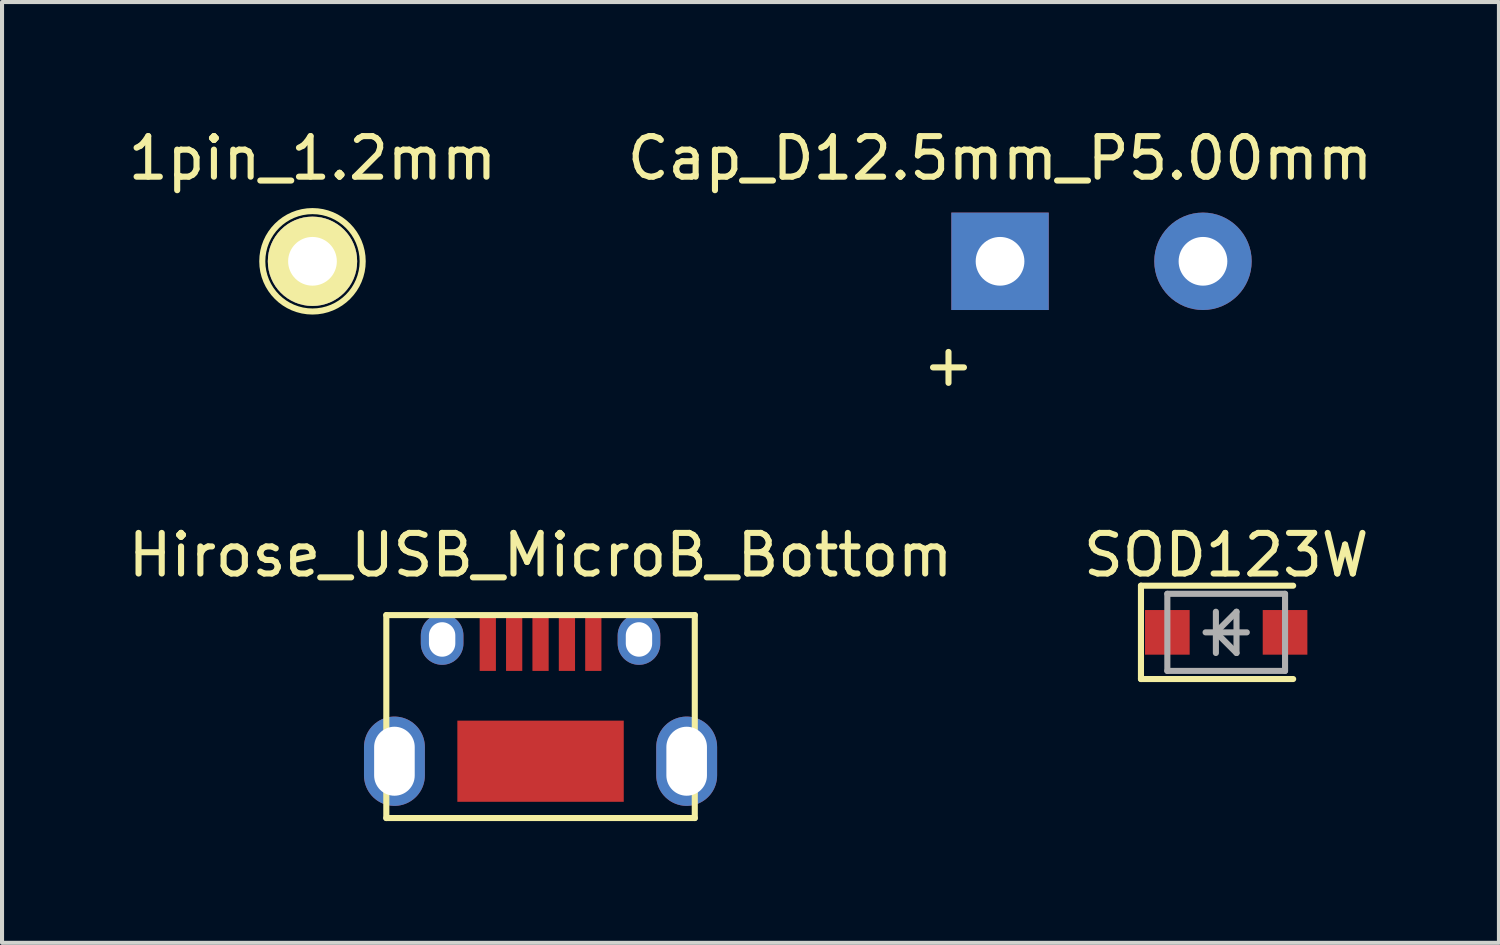
<source format=kicad_pcb>
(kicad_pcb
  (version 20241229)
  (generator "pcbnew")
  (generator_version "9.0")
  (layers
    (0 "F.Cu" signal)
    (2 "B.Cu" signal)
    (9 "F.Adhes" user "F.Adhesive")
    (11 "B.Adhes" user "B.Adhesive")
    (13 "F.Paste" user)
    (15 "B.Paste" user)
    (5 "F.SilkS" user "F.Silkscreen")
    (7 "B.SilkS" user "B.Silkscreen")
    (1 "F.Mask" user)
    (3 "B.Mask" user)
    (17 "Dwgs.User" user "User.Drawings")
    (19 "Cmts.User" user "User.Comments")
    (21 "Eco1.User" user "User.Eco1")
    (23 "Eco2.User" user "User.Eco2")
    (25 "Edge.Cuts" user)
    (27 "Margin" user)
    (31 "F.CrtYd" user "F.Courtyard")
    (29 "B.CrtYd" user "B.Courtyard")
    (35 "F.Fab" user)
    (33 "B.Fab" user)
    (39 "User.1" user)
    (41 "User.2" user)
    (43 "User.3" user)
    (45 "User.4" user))
  (footprint "1pin_1.2mm"
    (layer "F.Cu")
    (at 4.649 3.388)
    (property "Reference" "1pin_1.2mm" (at 0 -2.54 0) (layer "F.SilkS") (effects (font (size 1 1) (thickness 0.15))))
    (attr through_hole)
    (fp_circle (center 0 0) (end 1.2 0.3) (stroke (width 0.15) (type solid)) (fill no) (layer "F.SilkS"))
    (pad "1" thru_hole circle (at 0 0) (size 2.2 2.2) (drill 1.2) (layers "*.Cu" "*.Mask" "F.SilkS")))
  (footprint "Cap_D12.5mm_P5.00mm"
    (layer "F.Cu")
    (at 21.589 3.388)
    (property "Reference" "Cap_D12.5mm_P5.00mm" (at 0 -2.54 0) (layer "F.SilkS") (effects (font (size 1 1) (thickness 0.15))))
    (attr through_hole)
    (fp_text user "+" (at -1.27 2.54 0) (layer "F.SilkS") (effects (font (size 1 1) (thickness 0.15))))
    (pad "1" thru_hole rect (at 0 0) (size 2.4 2.4) (drill 1.2) (layers "*.Cu" "*.Mask"))
    (pad "2" thru_hole circle (at 5 0) (size 2.4 2.4) (drill 1.2) (layers "*.Cu" "*.Mask")))
  (footprint "SOD123W"
    (layer "F.Cu")
    (at 27.161 12.53)
    (property "Reference" "SOD123W" (at 0 -1.905 0) (layer "F.SilkS") (effects (font (size 1 1) (thickness 0.15))))
    (attr through_hole)
    (fp_line (start -2.1 -1.15) (end -2.1 1.15) (stroke (width 0.15) (type solid)) (layer "F.SilkS"))
    (fp_line (start -2.1 1.15) (end 1.65 1.15) (stroke (width 0.15) (type solid)) (layer "F.SilkS"))
    (fp_line (start 1.65 -1.15) (end -2.1 -1.15) (stroke (width 0.15) (type solid)) (layer "F.SilkS"))
    (fp_line (start -1.45 -0.95) (end -1.45 0.95) (stroke (width 0.15) (type solid)) (layer "F.Fab"))
    (fp_line (start -1.45 0.95) (end 1.45 0.95) (stroke (width 0.15) (type solid)) (layer "F.Fab"))
    (fp_line (start -0.508 0) (end 0.508 0) (stroke (width 0.15) (type solid)) (layer "F.Fab"))
    (fp_line (start -0.254 -0.508) (end -0.254 0.508) (stroke (width 0.15) (type solid)) (layer "F.Fab"))
    (fp_line (start -0.254 0) (end 0.254 -0.508) (stroke (width 0.15) (type solid)) (layer "F.Fab"))
    (fp_line (start 0.254 -0.508) (end 0.254 0.508) (stroke (width 0.15) (type solid)) (layer "F.Fab"))
    (fp_line (start 0.254 0.508) (end -0.254 0) (stroke (width 0.15) (type solid)) (layer "F.Fab"))
    (fp_line (start 1.45 -0.95) (end -1.45 -0.95) (stroke (width 0.15) (type solid)) (layer "F.Fab"))
    (fp_line (start 1.45 0.95) (end 1.45 -0.95) (stroke (width 0.15) (type solid)) (layer "F.Fab"))
    (pad "1" smd rect (at -1.45 0) (size 1.1 1.1) (layers "F.Cu" "F.Mask" "F.Paste"))
    (pad "2" smd rect (at 1.45 0) (size 1.1 1.1) (layers "F.Cu" "F.Mask" "F.Paste")))
  (footprint "Hirose_USB_MicroB_Bottom"
    (layer "F.Cu")
    (at 10.268 15.705)
    (property "Reference" "Hirose_USB_MicroB_Bottom" (at 0 -5.08 0) (layer "F.SilkS") (effects (font (size 1 1) (thickness 0.15))))
    (attr through_hole)
    (fp_line (start -3.8 -3.6) (end -3.8 1.4) (stroke (width 0.15) (type solid)) (layer "F.SilkS"))
    (fp_line (start -3.8 1.4) (end 3.8 1.4) (stroke (width 0.15) (type solid)) (layer "F.SilkS"))
    (fp_line (start 3.8 -3.6) (end -3.8 -3.6) (stroke (width 0.15) (type solid)) (layer "F.SilkS"))
    (fp_line (start 3.8 1.4) (end 3.8 -3.6) (stroke (width 0.15) (type solid)) (layer "F.SilkS"))
    (pad "1" smd rect (at -1.3 -2.9) (size 0.4 1.35) (layers "F.Cu" "F.Mask" "F.Paste"))
    (pad "2" smd rect (at -0.65 -2.9) (size 0.4 1.35) (layers "F.Cu" "F.Mask" "F.Paste"))
    (pad "3" smd rect (at 0 -2.9) (size 0.4 1.35) (layers "F.Cu" "F.Mask" "F.Paste"))
    (pad "4" smd rect (at 0.65 -2.9) (size 0.4 1.35) (layers "F.Cu" "F.Mask" "F.Paste"))
    (pad "5" smd rect (at 1.3 -2.9) (size 0.4 1.35) (layers "F.Cu" "F.Mask" "F.Paste"))
    (pad "6" thru_hole oval (at -3.6 0) (size 1.5 2.2) (drill oval 1 1.7) (layers "*.Cu" "*.Mask"))
    (pad "6" thru_hole oval (at -2.425 -3) (size 1.05 1.25) (drill oval 0.65 0.85) (layers "*.Cu" "*.Mask"))
    (pad "6" smd rect (at 0 0) (size 4.1 2) (layers "F.Cu" "F.Mask" "F.Paste"))
    (pad "6" thru_hole oval (at 2.425 -3) (size 1.05 1.25) (drill oval 0.65 0.85) (layers "*.Cu" "*.Mask"))
    (pad "6" thru_hole oval (at 3.6 0) (size 1.5 2.2) (drill oval 1 1.7) (layers "*.Cu" "*.Mask")))
  (gr_rect
    (start -3 -3)
    (end 33.881 20.18)
    (stroke (width 0.1) (type default))
    (fill no)
    (layer "Edge.Cuts")))
</source>
